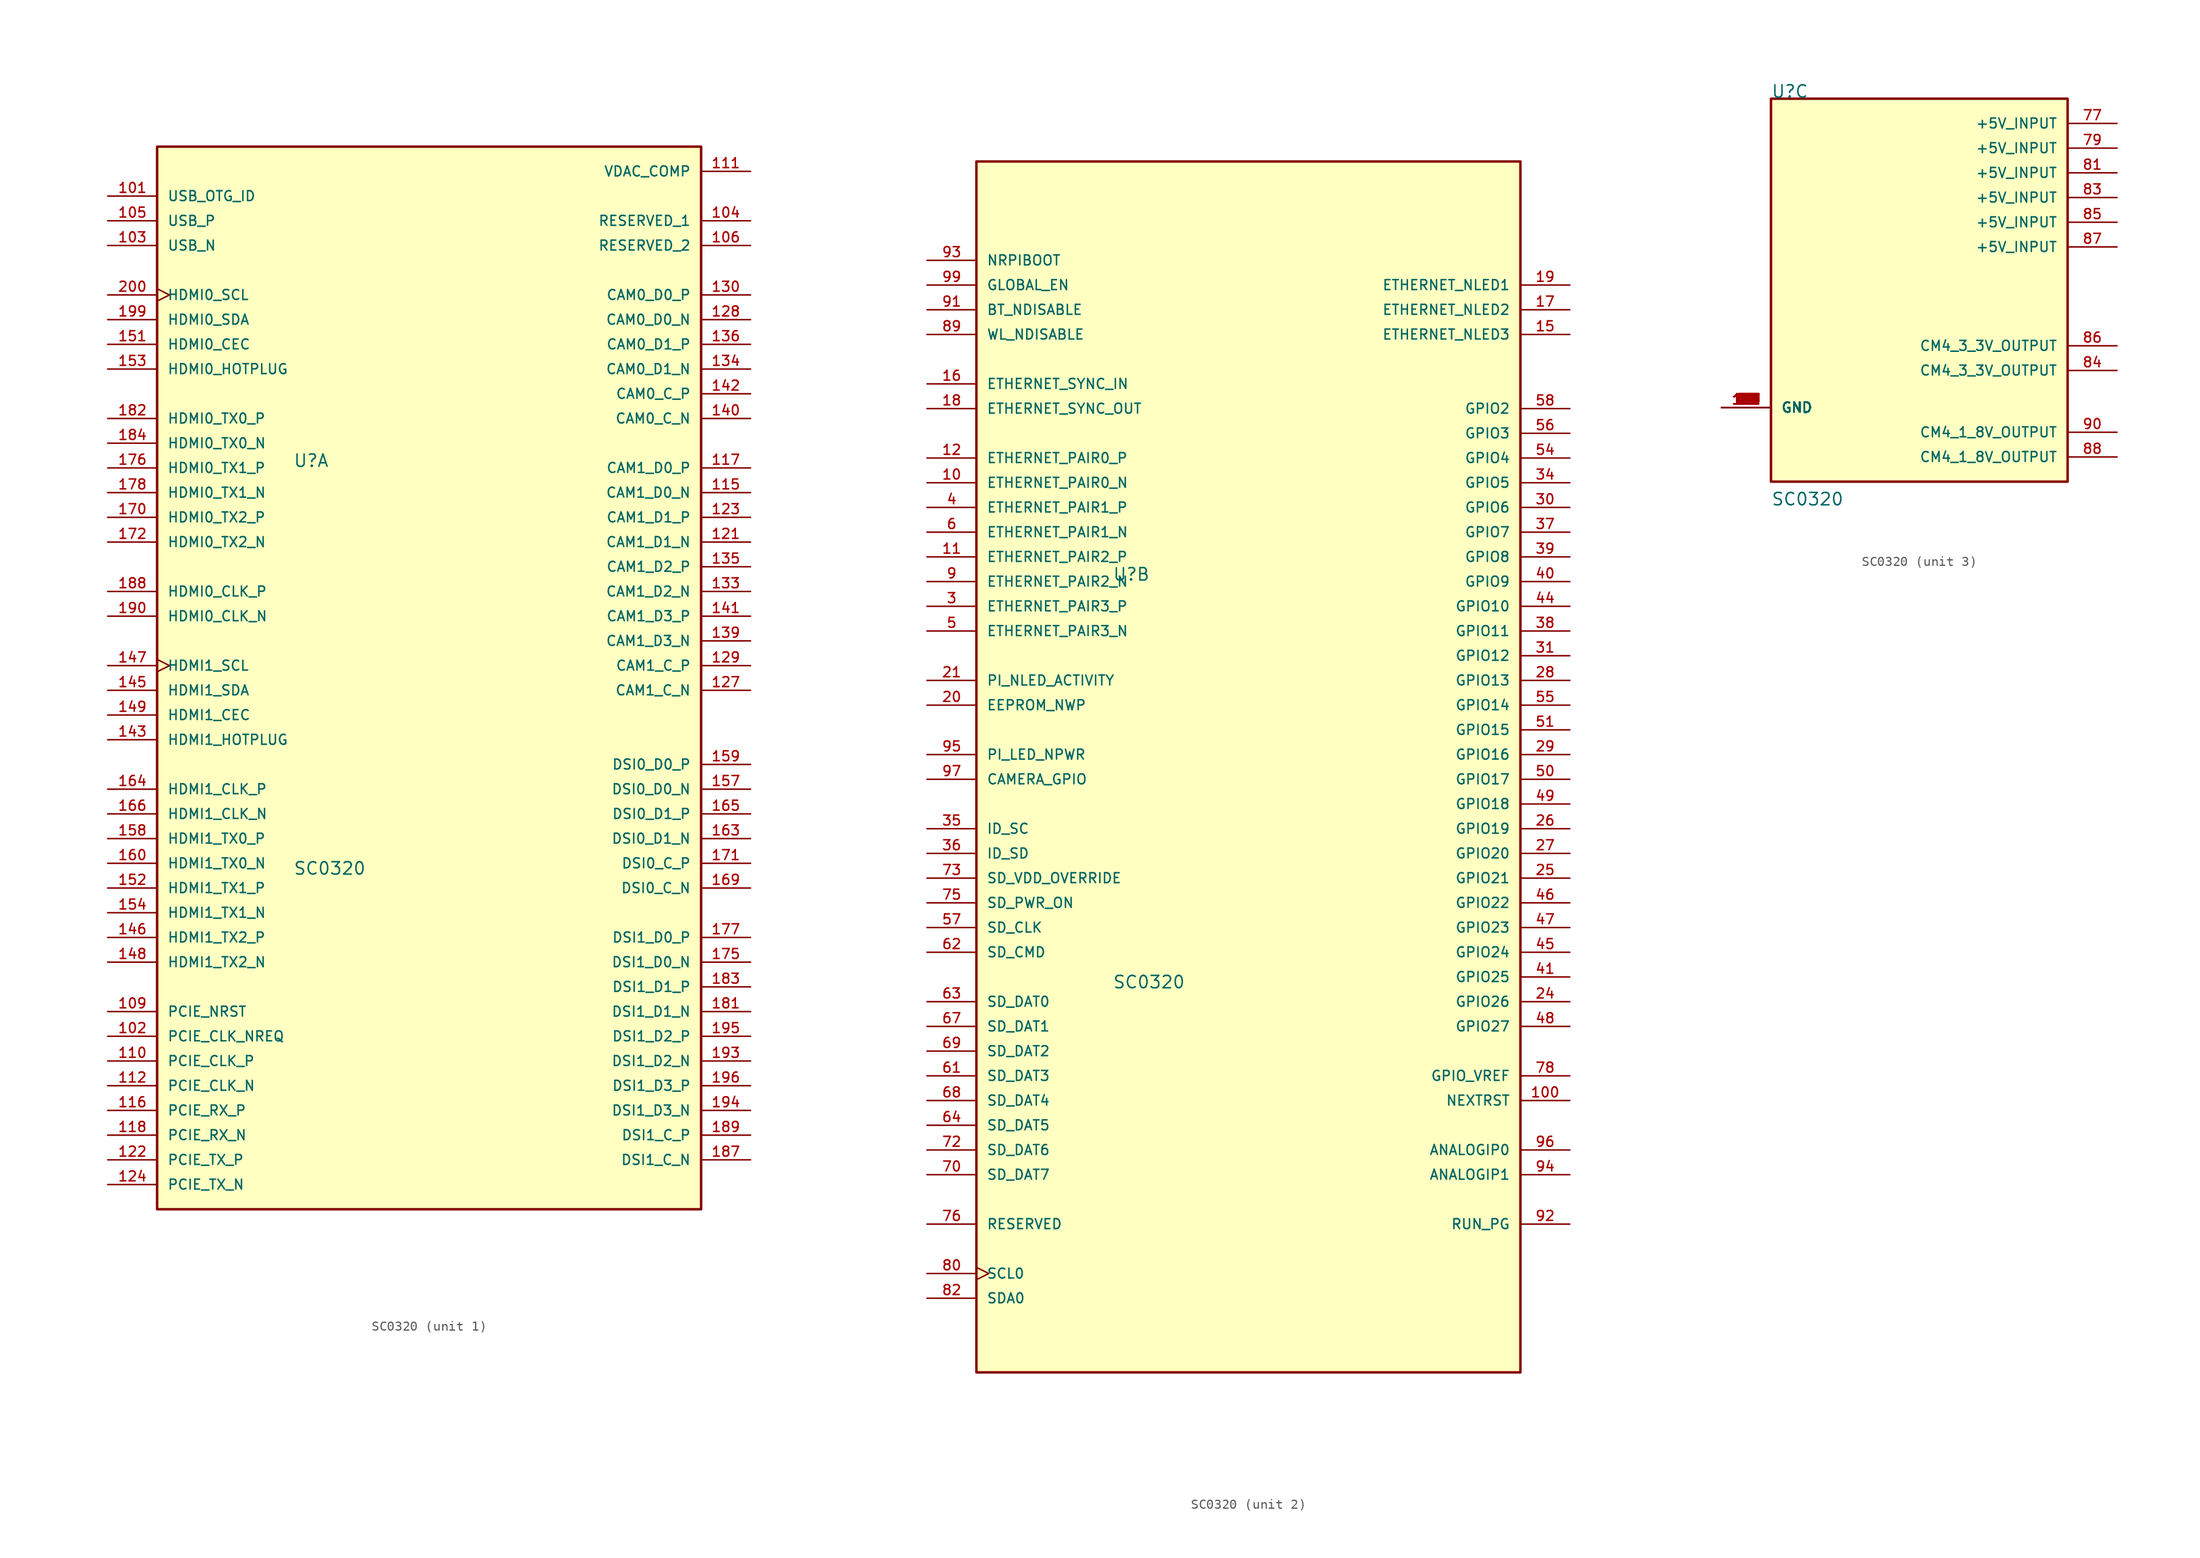
<source format=kicad_sym>
(kicad_symbol_lib
  (version 20211014)
  (generator kicad_symbol_editor)
  (symbol "SC0320"
    (pin_names
      (offset 1.016))
    (property "Reference" "U"
      (at -13.97 22.86 0)
      (effects (font (size 1.27 1.27)) (justify left bottom)))
    (property "Value" "SC0320"
      (at -13.97 -19.05 0)
      (effects (font (size 1.27 1.27)) (justify left bottom)))
    (property "ki_locked" ""
      (at 0 0 0)
      (effects (font (size 1.27 1.27))))
    (symbol "SC0320_1_0"
      (rectangle (start -27.94 -53.34) (end 27.94 55.88) (stroke (width 0.254) (type default) (color 0 0 0 0)) (fill (type background)))
      (pin input line (at -33.02 50.8 0) (length 5.08) (name "USB_OTG_ID" (effects (font (size 1.016 1.016)))) (number "101" (effects (font (size 1.016 1.016)))))
      (pin bidirectional line (at -33.02 -35.56 0) (length 5.08) (name "PCIE_CLK_NREQ" (effects (font (size 1.016 1.016)))) (number "102" (effects (font (size 1.016 1.016)))))
      (pin bidirectional line (at -33.02 45.72 0) (length 5.08) (name "USB_N" (effects (font (size 1.016 1.016)))) (number "103" (effects (font (size 1.016 1.016)))))
      (pin bidirectional line (at 33.02 48.26 180) (length 5.08) (name "RESERVED_1" (effects (font (size 1.016 1.016)))) (number "104" (effects (font (size 1.016 1.016)))))
      (pin bidirectional line (at -33.02 48.26 0) (length 5.08) (name "USB_P" (effects (font (size 1.016 1.016)))) (number "105" (effects (font (size 1.016 1.016)))))
      (pin bidirectional line (at 33.02 45.72 180) (length 5.08) (name "RESERVED_2" (effects (font (size 1.016 1.016)))) (number "106" (effects (font (size 1.016 1.016)))))
      (pin input line (at -33.02 -33.02 0) (length 5.08) (name "PCIE_NRST" (effects (font (size 1.016 1.016)))) (number "109" (effects (font (size 1.016 1.016)))))
      (pin output line (at -33.02 -38.1 0) (length 5.08) (name "PCIE_CLK_P" (effects (font (size 1.016 1.016)))) (number "110" (effects (font (size 1.016 1.016)))))
      (pin bidirectional line (at 33.02 53.34 180) (length 5.08) (name "VDAC_COMP" (effects (font (size 1.016 1.016)))) (number "111" (effects (font (size 1.016 1.016)))))
      (pin output line (at -33.02 -40.64 0) (length 5.08) (name "PCIE_CLK_N" (effects (font (size 1.016 1.016)))) (number "112" (effects (font (size 1.016 1.016)))))
      (pin input line (at 33.02 20.32 180) (length 5.08) (name "CAM1_D0_N" (effects (font (size 1.016 1.016)))) (number "115" (effects (font (size 1.016 1.016)))))
      (pin input line (at -33.02 -43.18 0) (length 5.08) (name "PCIE_RX_P" (effects (font (size 1.016 1.016)))) (number "116" (effects (font (size 1.016 1.016)))))
      (pin input line (at 33.02 22.86 180) (length 5.08) (name "CAM1_D0_P" (effects (font (size 1.016 1.016)))) (number "117" (effects (font (size 1.016 1.016)))))
      (pin input line (at -33.02 -45.72 0) (length 5.08) (name "PCIE_RX_N" (effects (font (size 1.016 1.016)))) (number "118" (effects (font (size 1.016 1.016)))))
      (pin input line (at 33.02 15.24 180) (length 5.08) (name "CAM1_D1_N" (effects (font (size 1.016 1.016)))) (number "121" (effects (font (size 1.016 1.016)))))
      (pin output line (at -33.02 -48.26 0) (length 5.08) (name "PCIE_TX_P" (effects (font (size 1.016 1.016)))) (number "122" (effects (font (size 1.016 1.016)))))
      (pin input line (at 33.02 17.78 180) (length 5.08) (name "CAM1_D1_P" (effects (font (size 1.016 1.016)))) (number "123" (effects (font (size 1.016 1.016)))))
      (pin output line (at -33.02 -50.8 0) (length 5.08) (name "PCIE_TX_N" (effects (font (size 1.016 1.016)))) (number "124" (effects (font (size 1.016 1.016)))))
      (pin input line (at 33.02 0 180) (length 5.08) (name "CAM1_C_N" (effects (font (size 1.016 1.016)))) (number "127" (effects (font (size 1.016 1.016)))))
      (pin input line (at 33.02 38.1 180) (length 5.08) (name "CAM0_D0_N" (effects (font (size 1.016 1.016)))) (number "128" (effects (font (size 1.016 1.016)))))
      (pin input line (at 33.02 2.54 180) (length 5.08) (name "CAM1_C_P" (effects (font (size 1.016 1.016)))) (number "129" (effects (font (size 1.016 1.016)))))
      (pin input line (at 33.02 40.64 180) (length 5.08) (name "CAM0_D0_P" (effects (font (size 1.016 1.016)))) (number "130" (effects (font (size 1.016 1.016)))))
      (pin input line (at 33.02 10.16 180) (length 5.08) (name "CAM1_D2_N" (effects (font (size 1.016 1.016)))) (number "133" (effects (font (size 1.016 1.016)))))
      (pin input line (at 33.02 33.02 180) (length 5.08) (name "CAM0_D1_N" (effects (font (size 1.016 1.016)))) (number "134" (effects (font (size 1.016 1.016)))))
      (pin input line (at 33.02 12.7 180) (length 5.08) (name "CAM1_D2_P" (effects (font (size 1.016 1.016)))) (number "135" (effects (font (size 1.016 1.016)))))
      (pin input line (at 33.02 35.56 180) (length 5.08) (name "CAM0_D1_P" (effects (font (size 1.016 1.016)))) (number "136" (effects (font (size 1.016 1.016)))))
      (pin input line (at 33.02 5.08 180) (length 5.08) (name "CAM1_D3_N" (effects (font (size 1.016 1.016)))) (number "139" (effects (font (size 1.016 1.016)))))
      (pin input line (at 33.02 27.94 180) (length 5.08) (name "CAM0_C_N" (effects (font (size 1.016 1.016)))) (number "140" (effects (font (size 1.016 1.016)))))
      (pin input line (at 33.02 7.62 180) (length 5.08) (name "CAM1_D3_P" (effects (font (size 1.016 1.016)))) (number "141" (effects (font (size 1.016 1.016)))))
      (pin input line (at 33.02 30.48 180) (length 5.08) (name "CAM0_C_P" (effects (font (size 1.016 1.016)))) (number "142" (effects (font (size 1.016 1.016)))))
      (pin input line (at -33.02 -5.08 0) (length 5.08) (name "HDMI1_HOTPLUG" (effects (font (size 1.016 1.016)))) (number "143" (effects (font (size 1.016 1.016)))))
      (pin bidirectional line (at -33.02 0 0) (length 5.08) (name "HDMI1_SDA" (effects (font (size 1.016 1.016)))) (number "145" (effects (font (size 1.016 1.016)))))
      (pin output line (at -33.02 -25.4 0) (length 5.08) (name "HDMI1_TX2_P" (effects (font (size 1.016 1.016)))) (number "146" (effects (font (size 1.016 1.016)))))
      (pin input clock (at -33.02 2.54 0) (length 5.08) (name "HDMI1_SCL" (effects (font (size 1.016 1.016)))) (number "147" (effects (font (size 1.016 1.016)))))
      (pin output line (at -33.02 -27.94 0) (length 5.08) (name "HDMI1_TX2_N" (effects (font (size 1.016 1.016)))) (number "148" (effects (font (size 1.016 1.016)))))
      (pin input line (at -33.02 -2.54 0) (length 5.08) (name "HDMI1_CEC" (effects (font (size 1.016 1.016)))) (number "149" (effects (font (size 1.016 1.016)))))
      (pin input line (at -33.02 35.56 0) (length 5.08) (name "HDMI0_CEC" (effects (font (size 1.016 1.016)))) (number "151" (effects (font (size 1.016 1.016)))))
      (pin output line (at -33.02 -20.32 0) (length 5.08) (name "HDMI1_TX1_P" (effects (font (size 1.016 1.016)))) (number "152" (effects (font (size 1.016 1.016)))))
      (pin input line (at -33.02 33.02 0) (length 5.08) (name "HDMI0_HOTPLUG" (effects (font (size 1.016 1.016)))) (number "153" (effects (font (size 1.016 1.016)))))
      (pin output line (at -33.02 -22.86 0) (length 5.08) (name "HDMI1_TX1_N" (effects (font (size 1.016 1.016)))) (number "154" (effects (font (size 1.016 1.016)))))
      (pin output line (at 33.02 -10.16 180) (length 5.08) (name "DSI0_D0_N" (effects (font (size 1.016 1.016)))) (number "157" (effects (font (size 1.016 1.016)))))
      (pin output line (at -33.02 -15.24 0) (length 5.08) (name "HDMI1_TX0_P" (effects (font (size 1.016 1.016)))) (number "158" (effects (font (size 1.016 1.016)))))
      (pin output line (at 33.02 -7.62 180) (length 5.08) (name "DSI0_D0_P" (effects (font (size 1.016 1.016)))) (number "159" (effects (font (size 1.016 1.016)))))
      (pin output line (at -33.02 -17.78 0) (length 5.08) (name "HDMI1_TX0_N" (effects (font (size 1.016 1.016)))) (number "160" (effects (font (size 1.016 1.016)))))
      (pin output line (at 33.02 -15.24 180) (length 5.08) (name "DSI0_D1_N" (effects (font (size 1.016 1.016)))) (number "163" (effects (font (size 1.016 1.016)))))
      (pin output line (at -33.02 -10.16 0) (length 5.08) (name "HDMI1_CLK_P" (effects (font (size 1.016 1.016)))) (number "164" (effects (font (size 1.016 1.016)))))
      (pin output line (at 33.02 -12.7 180) (length 5.08) (name "DSI0_D1_P" (effects (font (size 1.016 1.016)))) (number "165" (effects (font (size 1.016 1.016)))))
      (pin output line (at -33.02 -12.7 0) (length 5.08) (name "HDMI1_CLK_N" (effects (font (size 1.016 1.016)))) (number "166" (effects (font (size 1.016 1.016)))))
      (pin output line (at 33.02 -20.32 180) (length 5.08) (name "DSI0_C_N" (effects (font (size 1.016 1.016)))) (number "169" (effects (font (size 1.016 1.016)))))
      (pin output line (at -33.02 17.78 0) (length 5.08) (name "HDMI0_TX2_P" (effects (font (size 1.016 1.016)))) (number "170" (effects (font (size 1.016 1.016)))))
      (pin output line (at 33.02 -17.78 180) (length 5.08) (name "DSI0_C_P" (effects (font (size 1.016 1.016)))) (number "171" (effects (font (size 1.016 1.016)))))
      (pin output line (at -33.02 15.24 0) (length 5.08) (name "HDMI0_TX2_N" (effects (font (size 1.016 1.016)))) (number "172" (effects (font (size 1.016 1.016)))))
      (pin output line (at 33.02 -27.94 180) (length 5.08) (name "DSI1_D0_N" (effects (font (size 1.016 1.016)))) (number "175" (effects (font (size 1.016 1.016)))))
      (pin output line (at -33.02 22.86 0) (length 5.08) (name "HDMI0_TX1_P" (effects (font (size 1.016 1.016)))) (number "176" (effects (font (size 1.016 1.016)))))
      (pin output line (at 33.02 -25.4 180) (length 5.08) (name "DSI1_D0_P" (effects (font (size 1.016 1.016)))) (number "177" (effects (font (size 1.016 1.016)))))
      (pin output line (at -33.02 20.32 0) (length 5.08) (name "HDMI0_TX1_N" (effects (font (size 1.016 1.016)))) (number "178" (effects (font (size 1.016 1.016)))))
      (pin output line (at 33.02 -33.02 180) (length 5.08) (name "DSI1_D1_N" (effects (font (size 1.016 1.016)))) (number "181" (effects (font (size 1.016 1.016)))))
      (pin output line (at -33.02 27.94 0) (length 5.08) (name "HDMI0_TX0_P" (effects (font (size 1.016 1.016)))) (number "182" (effects (font (size 1.016 1.016)))))
      (pin output line (at 33.02 -30.48 180) (length 5.08) (name "DSI1_D1_P" (effects (font (size 1.016 1.016)))) (number "183" (effects (font (size 1.016 1.016)))))
      (pin output line (at -33.02 25.4 0) (length 5.08) (name "HDMI0_TX0_N" (effects (font (size 1.016 1.016)))) (number "184" (effects (font (size 1.016 1.016)))))
      (pin output line (at 33.02 -48.26 180) (length 5.08) (name "DSI1_C_N" (effects (font (size 1.016 1.016)))) (number "187" (effects (font (size 1.016 1.016)))))
      (pin bidirectional line (at -33.02 10.16 0) (length 5.08) (name "HDMI0_CLK_P" (effects (font (size 1.016 1.016)))) (number "188" (effects (font (size 1.016 1.016)))))
      (pin output line (at 33.02 -45.72 180) (length 5.08) (name "DSI1_C_P" (effects (font (size 1.016 1.016)))) (number "189" (effects (font (size 1.016 1.016)))))
      (pin bidirectional line (at -33.02 7.62 0) (length 5.08) (name "HDMI0_CLK_N" (effects (font (size 1.016 1.016)))) (number "190" (effects (font (size 1.016 1.016)))))
      (pin output line (at 33.02 -38.1 180) (length 5.08) (name "DSI1_D2_N" (effects (font (size 1.016 1.016)))) (number "193" (effects (font (size 1.016 1.016)))))
      (pin output line (at 33.02 -43.18 180) (length 5.08) (name "DSI1_D3_N" (effects (font (size 1.016 1.016)))) (number "194" (effects (font (size 1.016 1.016)))))
      (pin output line (at 33.02 -35.56 180) (length 5.08) (name "DSI1_D2_P" (effects (font (size 1.016 1.016)))) (number "195" (effects (font (size 1.016 1.016)))))
      (pin output line (at 33.02 -40.64 180) (length 5.08) (name "DSI1_D3_P" (effects (font (size 1.016 1.016)))) (number "196" (effects (font (size 1.016 1.016)))))
      (pin bidirectional line (at -33.02 38.1 0) (length 5.08) (name "HDMI0_SDA" (effects (font (size 1.016 1.016)))) (number "199" (effects (font (size 1.016 1.016)))))
      (pin input clock (at -33.02 40.64 0) (length 5.08) (name "HDMI0_SCL" (effects (font (size 1.016 1.016)))) (number "200" (effects (font (size 1.016 1.016))))))
    (symbol "SC0320_2_0"
      (rectangle (start -27.94 -58.42) (end 27.94 66.04) (stroke (width 0.254) (type default) (color 0 0 0 0)) (fill (type background)))
      (pin bidirectional line (at -33.02 33.02 0) (length 5.08) (name "ETHERNET_PAIR0_N" (effects (font (size 1.016 1.016)))) (number "10" (effects (font (size 1.016 1.016)))))
      (pin output line (at 33.02 -30.48 180) (length 5.08) (name "NEXTRST" (effects (font (size 1.016 1.016)))) (number "100" (effects (font (size 1.016 1.016)))))
      (pin bidirectional line (at -33.02 25.4 0) (length 5.08) (name "ETHERNET_PAIR2_P" (effects (font (size 1.016 1.016)))) (number "11" (effects (font (size 1.016 1.016)))))
      (pin bidirectional line (at -33.02 35.56 0) (length 5.08) (name "ETHERNET_PAIR0_P" (effects (font (size 1.016 1.016)))) (number "12" (effects (font (size 1.016 1.016)))))
      (pin output line (at 33.02 48.26 180) (length 5.08) (name "ETHERNET_NLED3" (effects (font (size 1.016 1.016)))) (number "15" (effects (font (size 1.016 1.016)))))
      (pin input line (at -33.02 43.18 0) (length 5.08) (name "ETHERNET_SYNC_IN" (effects (font (size 1.016 1.016)))) (number "16" (effects (font (size 1.016 1.016)))))
      (pin output line (at 33.02 50.8 180) (length 5.08) (name "ETHERNET_NLED2" (effects (font (size 1.016 1.016)))) (number "17" (effects (font (size 1.016 1.016)))))
      (pin output line (at -33.02 40.64 0) (length 5.08) (name "ETHERNET_SYNC_OUT" (effects (font (size 1.016 1.016)))) (number "18" (effects (font (size 1.016 1.016)))))
      (pin output line (at 33.02 53.34 180) (length 5.08) (name "ETHERNET_NLED1" (effects (font (size 1.016 1.016)))) (number "19" (effects (font (size 1.016 1.016)))))
      (pin passive line (at -33.02 10.16 0) (length 5.08) (name "EEPROM_NWP" (effects (font (size 1.016 1.016)))) (number "20" (effects (font (size 1.016 1.016)))))
      (pin bidirectional line (at -33.02 12.7 0) (length 5.08) (name "PI_NLED_ACTIVITY" (effects (font (size 1.016 1.016)))) (number "21" (effects (font (size 1.016 1.016)))))
      (pin bidirectional line (at 33.02 -20.32 180) (length 5.08) (name "GPIO26" (effects (font (size 1.016 1.016)))) (number "24" (effects (font (size 1.016 1.016)))))
      (pin bidirectional line (at 33.02 -7.62 180) (length 5.08) (name "GPIO21" (effects (font (size 1.016 1.016)))) (number "25" (effects (font (size 1.016 1.016)))))
      (pin bidirectional line (at 33.02 -2.54 180) (length 5.08) (name "GPIO19" (effects (font (size 1.016 1.016)))) (number "26" (effects (font (size 1.016 1.016)))))
      (pin bidirectional line (at 33.02 -5.08 180) (length 5.08) (name "GPIO20" (effects (font (size 1.016 1.016)))) (number "27" (effects (font (size 1.016 1.016)))))
      (pin bidirectional line (at 33.02 12.7 180) (length 5.08) (name "GPIO13" (effects (font (size 1.016 1.016)))) (number "28" (effects (font (size 1.016 1.016)))))
      (pin bidirectional line (at 33.02 5.08 180) (length 5.08) (name "GPIO16" (effects (font (size 1.016 1.016)))) (number "29" (effects (font (size 1.016 1.016)))))
      (pin bidirectional line (at -33.02 20.32 0) (length 5.08) (name "ETHERNET_PAIR3_P" (effects (font (size 1.016 1.016)))) (number "3" (effects (font (size 1.016 1.016)))))
      (pin bidirectional line (at 33.02 30.48 180) (length 5.08) (name "GPIO6" (effects (font (size 1.016 1.016)))) (number "30" (effects (font (size 1.016 1.016)))))
      (pin bidirectional line (at 33.02 15.24 180) (length 5.08) (name "GPIO12" (effects (font (size 1.016 1.016)))) (number "31" (effects (font (size 1.016 1.016)))))
      (pin bidirectional line (at 33.02 33.02 180) (length 5.08) (name "GPIO5" (effects (font (size 1.016 1.016)))) (number "34" (effects (font (size 1.016 1.016)))))
      (pin bidirectional line (at -33.02 -2.54 0) (length 5.08) (name "ID_SC" (effects (font (size 1.016 1.016)))) (number "35" (effects (font (size 1.016 1.016)))))
      (pin bidirectional line (at -33.02 -5.08 0) (length 5.08) (name "ID_SD" (effects (font (size 1.016 1.016)))) (number "36" (effects (font (size 1.016 1.016)))))
      (pin bidirectional line (at 33.02 27.94 180) (length 5.08) (name "GPIO7" (effects (font (size 1.016 1.016)))) (number "37" (effects (font (size 1.016 1.016)))))
      (pin bidirectional line (at 33.02 17.78 180) (length 5.08) (name "GPIO11" (effects (font (size 1.016 1.016)))) (number "38" (effects (font (size 1.016 1.016)))))
      (pin bidirectional line (at 33.02 25.4 180) (length 5.08) (name "GPIO8" (effects (font (size 1.016 1.016)))) (number "39" (effects (font (size 1.016 1.016)))))
      (pin bidirectional line (at -33.02 30.48 0) (length 5.08) (name "ETHERNET_PAIR1_P" (effects (font (size 1.016 1.016)))) (number "4" (effects (font (size 1.016 1.016)))))
      (pin bidirectional line (at 33.02 22.86 180) (length 5.08) (name "GPIO9" (effects (font (size 1.016 1.016)))) (number "40" (effects (font (size 1.016 1.016)))))
      (pin bidirectional line (at 33.02 -17.78 180) (length 5.08) (name "GPIO25" (effects (font (size 1.016 1.016)))) (number "41" (effects (font (size 1.016 1.016)))))
      (pin bidirectional line (at 33.02 20.32 180) (length 5.08) (name "GPIO10" (effects (font (size 1.016 1.016)))) (number "44" (effects (font (size 1.016 1.016)))))
      (pin bidirectional line (at 33.02 -15.24 180) (length 5.08) (name "GPIO24" (effects (font (size 1.016 1.016)))) (number "45" (effects (font (size 1.016 1.016)))))
      (pin bidirectional line (at 33.02 -10.16 180) (length 5.08) (name "GPIO22" (effects (font (size 1.016 1.016)))) (number "46" (effects (font (size 1.016 1.016)))))
      (pin bidirectional line (at 33.02 -12.7 180) (length 5.08) (name "GPIO23" (effects (font (size 1.016 1.016)))) (number "47" (effects (font (size 1.016 1.016)))))
      (pin bidirectional line (at 33.02 -22.86 180) (length 5.08) (name "GPIO27" (effects (font (size 1.016 1.016)))) (number "48" (effects (font (size 1.016 1.016)))))
      (pin bidirectional line (at 33.02 0 180) (length 5.08) (name "GPIO18" (effects (font (size 1.016 1.016)))) (number "49" (effects (font (size 1.016 1.016)))))
      (pin bidirectional line (at -33.02 17.78 0) (length 5.08) (name "ETHERNET_PAIR3_N" (effects (font (size 1.016 1.016)))) (number "5" (effects (font (size 1.016 1.016)))))
      (pin bidirectional line (at 33.02 2.54 180) (length 5.08) (name "GPIO17" (effects (font (size 1.016 1.016)))) (number "50" (effects (font (size 1.016 1.016)))))
      (pin bidirectional line (at 33.02 7.62 180) (length 5.08) (name "GPIO15" (effects (font (size 1.016 1.016)))) (number "51" (effects (font (size 1.016 1.016)))))
      (pin bidirectional line (at 33.02 35.56 180) (length 5.08) (name "GPIO4" (effects (font (size 1.016 1.016)))) (number "54" (effects (font (size 1.016 1.016)))))
      (pin bidirectional line (at 33.02 10.16 180) (length 5.08) (name "GPIO14" (effects (font (size 1.016 1.016)))) (number "55" (effects (font (size 1.016 1.016)))))
      (pin bidirectional line (at 33.02 38.1 180) (length 5.08) (name "GPIO3" (effects (font (size 1.016 1.016)))) (number "56" (effects (font (size 1.016 1.016)))))
      (pin bidirectional line (at -33.02 -12.7 0) (length 5.08) (name "SD_CLK" (effects (font (size 1.016 1.016)))) (number "57" (effects (font (size 1.016 1.016)))))
      (pin bidirectional line (at 33.02 40.64 180) (length 5.08) (name "GPIO2" (effects (font (size 1.016 1.016)))) (number "58" (effects (font (size 1.016 1.016)))))
      (pin bidirectional line (at -33.02 27.94 0) (length 5.08) (name "ETHERNET_PAIR1_N" (effects (font (size 1.016 1.016)))) (number "6" (effects (font (size 1.016 1.016)))))
      (pin bidirectional line (at -33.02 -27.94 0) (length 5.08) (name "SD_DAT3" (effects (font (size 1.016 1.016)))) (number "61" (effects (font (size 1.016 1.016)))))
      (pin bidirectional line (at -33.02 -15.24 0) (length 5.08) (name "SD_CMD" (effects (font (size 1.016 1.016)))) (number "62" (effects (font (size 1.016 1.016)))))
      (pin bidirectional line (at -33.02 -20.32 0) (length 5.08) (name "SD_DAT0" (effects (font (size 1.016 1.016)))) (number "63" (effects (font (size 1.016 1.016)))))
      (pin bidirectional line (at -33.02 -33.02 0) (length 5.08) (name "SD_DAT5" (effects (font (size 1.016 1.016)))) (number "64" (effects (font (size 1.016 1.016)))))
      (pin bidirectional line (at -33.02 -22.86 0) (length 5.08) (name "SD_DAT1" (effects (font (size 1.016 1.016)))) (number "67" (effects (font (size 1.016 1.016)))))
      (pin bidirectional line (at -33.02 -30.48 0) (length 5.08) (name "SD_DAT4" (effects (font (size 1.016 1.016)))) (number "68" (effects (font (size 1.016 1.016)))))
      (pin bidirectional line (at -33.02 -25.4 0) (length 5.08) (name "SD_DAT2" (effects (font (size 1.016 1.016)))) (number "69" (effects (font (size 1.016 1.016)))))
      (pin bidirectional line (at -33.02 -38.1 0) (length 5.08) (name "SD_DAT7" (effects (font (size 1.016 1.016)))) (number "70" (effects (font (size 1.016 1.016)))))
      (pin bidirectional line (at -33.02 -35.56 0) (length 5.08) (name "SD_DAT6" (effects (font (size 1.016 1.016)))) (number "72" (effects (font (size 1.016 1.016)))))
      (pin bidirectional line (at -33.02 -7.62 0) (length 5.08) (name "SD_VDD_OVERRIDE" (effects (font (size 1.016 1.016)))) (number "73" (effects (font (size 1.016 1.016)))))
      (pin bidirectional line (at -33.02 -10.16 0) (length 5.08) (name "SD_PWR_ON" (effects (font (size 1.016 1.016)))) (number "75" (effects (font (size 1.016 1.016)))))
      (pin bidirectional line (at -33.02 -43.18 0) (length 5.08) (name "RESERVED" (effects (font (size 1.016 1.016)))) (number "76" (effects (font (size 1.016 1.016)))))
      (pin bidirectional line (at 33.02 -27.94 180) (length 5.08) (name "GPIO_VREF" (effects (font (size 1.016 1.016)))) (number "78" (effects (font (size 1.016 1.016)))))
      (pin bidirectional clock (at -33.02 -48.26 0) (length 5.08) (name "SCL0" (effects (font (size 1.016 1.016)))) (number "80" (effects (font (size 1.016 1.016)))))
      (pin bidirectional line (at -33.02 -50.8 0) (length 5.08) (name "SDA0" (effects (font (size 1.016 1.016)))) (number "82" (effects (font (size 1.016 1.016)))))
      (pin input line (at -33.02 48.26 0) (length 5.08) (name "WL_NDISABLE" (effects (font (size 1.016 1.016)))) (number "89" (effects (font (size 1.016 1.016)))))
      (pin bidirectional line (at -33.02 22.86 0) (length 5.08) (name "ETHERNET_PAIR2_N" (effects (font (size 1.016 1.016)))) (number "9" (effects (font (size 1.016 1.016)))))
      (pin input line (at -33.02 50.8 0) (length 5.08) (name "BT_NDISABLE" (effects (font (size 1.016 1.016)))) (number "91" (effects (font (size 1.016 1.016)))))
      (pin bidirectional line (at 33.02 -43.18 180) (length 5.08) (name "RUN_PG" (effects (font (size 1.016 1.016)))) (number "92" (effects (font (size 1.016 1.016)))))
      (pin input line (at -33.02 55.88 0) (length 5.08) (name "NRPIBOOT" (effects (font (size 1.016 1.016)))) (number "93" (effects (font (size 1.016 1.016)))))
      (pin input line (at 33.02 -38.1 180) (length 5.08) (name "ANALOGIP1" (effects (font (size 1.016 1.016)))) (number "94" (effects (font (size 1.016 1.016)))))
      (pin bidirectional line (at -33.02 5.08 0) (length 5.08) (name "PI_LED_NPWR" (effects (font (size 1.016 1.016)))) (number "95" (effects (font (size 1.016 1.016)))))
      (pin input line (at 33.02 -35.56 180) (length 5.08) (name "ANALOGIP0" (effects (font (size 1.016 1.016)))) (number "96" (effects (font (size 1.016 1.016)))))
      (pin bidirectional line (at -33.02 2.54 0) (length 5.08) (name "CAMERA_GPIO" (effects (font (size 1.016 1.016)))) (number "97" (effects (font (size 1.016 1.016)))))
      (pin input line (at -33.02 53.34 0) (length 5.08) (name "GLOBAL_EN" (effects (font (size 1.016 1.016)))) (number "99" (effects (font (size 1.016 1.016))))))
    (symbol "SC0320_3_0"
      (rectangle (start -13.97 22.86) (end 16.51 -16.51) (stroke (width 0.254) (type default) (color 0 0 0 0)) (fill (type background)))
      (pin power_in line (at -19.05 -8.89 0) (length 5.08) (name "GND" (effects (font (size 1.016 1.016)))) (number "1" (effects (font (size 1.016 1.016)))))
      (pin power_in line (at -19.05 -8.89 0) (length 5.08) (name "GND" (effects (font (size 1.016 1.016)))) (number "107" (effects (font (size 1.016 1.016)))))
      (pin power_in line (at -19.05 -8.89 0) (length 5.08) (name "GND" (effects (font (size 1.016 1.016)))) (number "108" (effects (font (size 1.016 1.016)))))
      (pin power_in line (at -19.05 -8.89 0) (length 5.08) (name "GND" (effects (font (size 1.016 1.016)))) (number "113" (effects (font (size 1.016 1.016)))))
      (pin power_in line (at -19.05 -8.89 0) (length 5.08) (name "GND" (effects (font (size 1.016 1.016)))) (number "114" (effects (font (size 1.016 1.016)))))
      (pin power_in line (at -19.05 -8.89 0) (length 5.08) (name "GND" (effects (font (size 1.016 1.016)))) (number "119" (effects (font (size 1.016 1.016)))))
      (pin power_in line (at -19.05 -8.89 0) (length 5.08) (name "GND" (effects (font (size 1.016 1.016)))) (number "120" (effects (font (size 1.016 1.016)))))
      (pin power_in line (at -19.05 -8.89 0) (length 5.08) (name "GND" (effects (font (size 1.016 1.016)))) (number "125" (effects (font (size 1.016 1.016)))))
      (pin power_in line (at -19.05 -8.89 0) (length 5.08) (name "GND" (effects (font (size 1.016 1.016)))) (number "126" (effects (font (size 1.016 1.016)))))
      (pin power_in line (at -19.05 -8.89 0) (length 5.08) (name "GND" (effects (font (size 1.016 1.016)))) (number "13" (effects (font (size 1.016 1.016)))))
      (pin power_in line (at -19.05 -8.89 0) (length 5.08) (name "GND" (effects (font (size 1.016 1.016)))) (number "131" (effects (font (size 1.016 1.016)))))
      (pin power_in line (at -19.05 -8.89 0) (length 5.08) (name "GND" (effects (font (size 1.016 1.016)))) (number "132" (effects (font (size 1.016 1.016)))))
      (pin power_in line (at -19.05 -8.89 0) (length 5.08) (name "GND" (effects (font (size 1.016 1.016)))) (number "137" (effects (font (size 1.016 1.016)))))
      (pin power_in line (at -19.05 -8.89 0) (length 5.08) (name "GND" (effects (font (size 1.016 1.016)))) (number "138" (effects (font (size 1.016 1.016)))))
      (pin power_in line (at -19.05 -8.89 0) (length 5.08) (name "GND" (effects (font (size 1.016 1.016)))) (number "14" (effects (font (size 1.016 1.016)))))
      (pin power_in line (at -19.05 -8.89 0) (length 5.08) (name "GND" (effects (font (size 1.016 1.016)))) (number "144" (effects (font (size 1.016 1.016)))))
      (pin power_in line (at -19.05 -8.89 0) (length 5.08) (name "GND" (effects (font (size 1.016 1.016)))) (number "150" (effects (font (size 1.016 1.016)))))
      (pin power_in line (at -19.05 -8.89 0) (length 5.08) (name "GND" (effects (font (size 1.016 1.016)))) (number "155" (effects (font (size 1.016 1.016)))))
      (pin power_in line (at -19.05 -8.89 0) (length 5.08) (name "GND" (effects (font (size 1.016 1.016)))) (number "156" (effects (font (size 1.016 1.016)))))
      (pin power_in line (at -19.05 -8.89 0) (length 5.08) (name "GND" (effects (font (size 1.016 1.016)))) (number "161" (effects (font (size 1.016 1.016)))))
      (pin power_in line (at -19.05 -8.89 0) (length 5.08) (name "GND" (effects (font (size 1.016 1.016)))) (number "162" (effects (font (size 1.016 1.016)))))
      (pin power_in line (at -19.05 -8.89 0) (length 5.08) (name "GND" (effects (font (size 1.016 1.016)))) (number "167" (effects (font (size 1.016 1.016)))))
      (pin power_in line (at -19.05 -8.89 0) (length 5.08) (name "GND" (effects (font (size 1.016 1.016)))) (number "168" (effects (font (size 1.016 1.016)))))
      (pin power_in line (at -19.05 -8.89 0) (length 5.08) (name "GND" (effects (font (size 1.016 1.016)))) (number "173" (effects (font (size 1.016 1.016)))))
      (pin power_in line (at -19.05 -8.89 0) (length 5.08) (name "GND" (effects (font (size 1.016 1.016)))) (number "174" (effects (font (size 1.016 1.016)))))
      (pin power_in line (at -19.05 -8.89 0) (length 5.08) (name "GND" (effects (font (size 1.016 1.016)))) (number "179" (effects (font (size 1.016 1.016)))))
      (pin power_in line (at -19.05 -8.89 0) (length 5.08) (name "GND" (effects (font (size 1.016 1.016)))) (number "180" (effects (font (size 1.016 1.016)))))
      (pin power_in line (at -19.05 -8.89 0) (length 5.08) (name "GND" (effects (font (size 1.016 1.016)))) (number "185" (effects (font (size 1.016 1.016)))))
      (pin power_in line (at -19.05 -8.89 0) (length 5.08) (name "GND" (effects (font (size 1.016 1.016)))) (number "186" (effects (font (size 1.016 1.016)))))
      (pin power_in line (at -19.05 -8.89 0) (length 5.08) (name "GND" (effects (font (size 1.016 1.016)))) (number "191" (effects (font (size 1.016 1.016)))))
      (pin power_in line (at -19.05 -8.89 0) (length 5.08) (name "GND" (effects (font (size 1.016 1.016)))) (number "192" (effects (font (size 1.016 1.016)))))
      (pin power_in line (at -19.05 -8.89 0) (length 5.08) (name "GND" (effects (font (size 1.016 1.016)))) (number "197" (effects (font (size 1.016 1.016)))))
      (pin power_in line (at -19.05 -8.89 0) (length 5.08) (name "GND" (effects (font (size 1.016 1.016)))) (number "198" (effects (font (size 1.016 1.016)))))
      (pin power_in line (at -19.05 -8.89 0) (length 5.08) (name "GND" (effects (font (size 1.016 1.016)))) (number "2" (effects (font (size 1.016 1.016)))))
      (pin power_in line (at -19.05 -8.89 0) (length 5.08) (name "GND" (effects (font (size 1.016 1.016)))) (number "22" (effects (font (size 1.016 1.016)))))
      (pin power_in line (at -19.05 -8.89 0) (length 5.08) (name "GND" (effects (font (size 1.016 1.016)))) (number "23" (effects (font (size 1.016 1.016)))))
      (pin power_in line (at -19.05 -8.89 0) (length 5.08) (name "GND" (effects (font (size 1.016 1.016)))) (number "32" (effects (font (size 1.016 1.016)))))
      (pin power_in line (at -19.05 -8.89 0) (length 5.08) (name "GND" (effects (font (size 1.016 1.016)))) (number "33" (effects (font (size 1.016 1.016)))))
      (pin power_in line (at -19.05 -8.89 0) (length 5.08) (name "GND" (effects (font (size 1.016 1.016)))) (number "42" (effects (font (size 1.016 1.016)))))
      (pin power_in line (at -19.05 -8.89 0) (length 5.08) (name "GND" (effects (font (size 1.016 1.016)))) (number "43" (effects (font (size 1.016 1.016)))))
      (pin power_in line (at -19.05 -8.89 0) (length 5.08) (name "GND" (effects (font (size 1.016 1.016)))) (number "52" (effects (font (size 1.016 1.016)))))
      (pin power_in line (at -19.05 -8.89 0) (length 5.08) (name "GND" (effects (font (size 1.016 1.016)))) (number "53" (effects (font (size 1.016 1.016)))))
      (pin power_in line (at -19.05 -8.89 0) (length 5.08) (name "GND" (effects (font (size 1.016 1.016)))) (number "59" (effects (font (size 1.016 1.016)))))
      (pin power_in line (at -19.05 -8.89 0) (length 5.08) (name "GND" (effects (font (size 1.016 1.016)))) (number "60" (effects (font (size 1.016 1.016)))))
      (pin power_in line (at -19.05 -8.89 0) (length 5.08) (name "GND" (effects (font (size 1.016 1.016)))) (number "65" (effects (font (size 1.016 1.016)))))
      (pin power_in line (at -19.05 -8.89 0) (length 5.08) (name "GND" (effects (font (size 1.016 1.016)))) (number "66" (effects (font (size 1.016 1.016)))))
      (pin power_in line (at -19.05 -8.89 0) (length 5.08) (name "GND" (effects (font (size 1.016 1.016)))) (number "7" (effects (font (size 1.016 1.016)))))
      (pin power_in line (at -19.05 -8.89 0) (length 5.08) (name "GND" (effects (font (size 1.016 1.016)))) (number "71" (effects (font (size 1.016 1.016)))))
      (pin power_in line (at -19.05 -8.89 0) (length 5.08) (name "GND" (effects (font (size 1.016 1.016)))) (number "74" (effects (font (size 1.016 1.016)))))
      (pin power_in line (at 21.59 20.32 180) (length 5.08) (name "+5V_INPUT" (effects (font (size 1.016 1.016)))) (number "77" (effects (font (size 1.016 1.016)))))
      (pin power_in line (at 21.59 17.78 180) (length 5.08) (name "+5V_INPUT" (effects (font (size 1.016 1.016)))) (number "79" (effects (font (size 1.016 1.016)))))
      (pin power_in line (at -19.05 -8.89 0) (length 5.08) (name "GND" (effects (font (size 1.016 1.016)))) (number "8" (effects (font (size 1.016 1.016)))))
      (pin power_in line (at 21.59 15.24 180) (length 5.08) (name "+5V_INPUT" (effects (font (size 1.016 1.016)))) (number "81" (effects (font (size 1.016 1.016)))))
      (pin power_in line (at 21.59 12.7 180) (length 5.08) (name "+5V_INPUT" (effects (font (size 1.016 1.016)))) (number "83" (effects (font (size 1.016 1.016)))))
      (pin power_in line (at 21.59 -5.08 180) (length 5.08) (name "CM4_3_3V_OUTPUT" (effects (font (size 1.016 1.016)))) (number "84" (effects (font (size 1.016 1.016)))))
      (pin power_in line (at 21.59 10.16 180) (length 5.08) (name "+5V_INPUT" (effects (font (size 1.016 1.016)))) (number "85" (effects (font (size 1.016 1.016)))))
      (pin power_in line (at 21.59 -2.54 180) (length 5.08) (name "CM4_3_3V_OUTPUT" (effects (font (size 1.016 1.016)))) (number "86" (effects (font (size 1.016 1.016)))))
      (pin power_in line (at 21.59 7.62 180) (length 5.08) (name "+5V_INPUT" (effects (font (size 1.016 1.016)))) (number "87" (effects (font (size 1.016 1.016)))))
      (pin power_in line (at 21.59 -13.97 180) (length 5.08) (name "CM4_1_8V_OUTPUT" (effects (font (size 1.016 1.016)))) (number "88" (effects (font (size 1.016 1.016)))))
      (pin power_in line (at 21.59 -11.43 180) (length 5.08) (name "CM4_1_8V_OUTPUT" (effects (font (size 1.016 1.016)))) (number "90" (effects (font (size 1.016 1.016)))))
      (pin power_in line (at -19.05 -8.89 0) (length 5.08) (name "GND" (effects (font (size 1.016 1.016)))) (number "98" (effects (font (size 1.016 1.016))))))))
</source>
